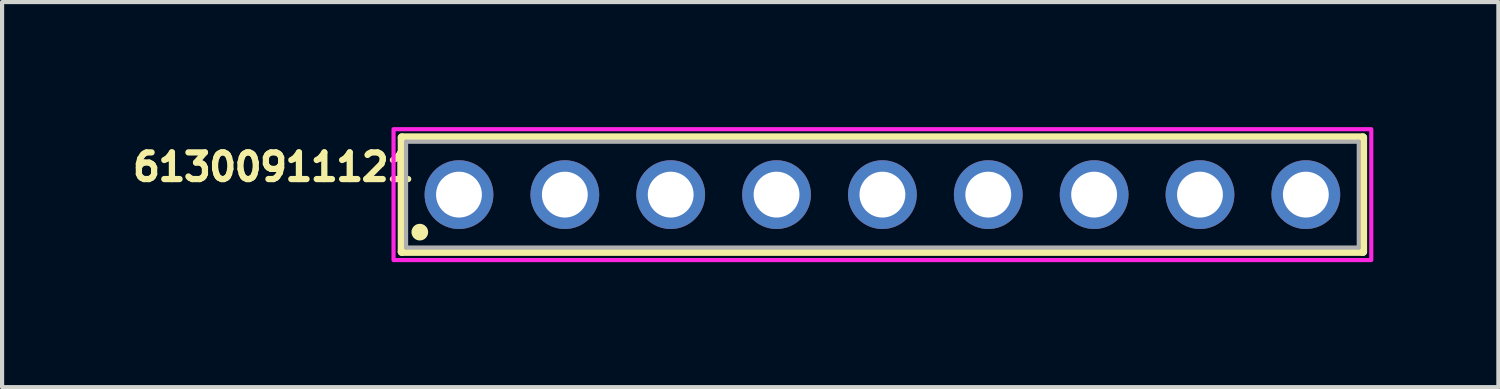
<source format=kicad_pcb>
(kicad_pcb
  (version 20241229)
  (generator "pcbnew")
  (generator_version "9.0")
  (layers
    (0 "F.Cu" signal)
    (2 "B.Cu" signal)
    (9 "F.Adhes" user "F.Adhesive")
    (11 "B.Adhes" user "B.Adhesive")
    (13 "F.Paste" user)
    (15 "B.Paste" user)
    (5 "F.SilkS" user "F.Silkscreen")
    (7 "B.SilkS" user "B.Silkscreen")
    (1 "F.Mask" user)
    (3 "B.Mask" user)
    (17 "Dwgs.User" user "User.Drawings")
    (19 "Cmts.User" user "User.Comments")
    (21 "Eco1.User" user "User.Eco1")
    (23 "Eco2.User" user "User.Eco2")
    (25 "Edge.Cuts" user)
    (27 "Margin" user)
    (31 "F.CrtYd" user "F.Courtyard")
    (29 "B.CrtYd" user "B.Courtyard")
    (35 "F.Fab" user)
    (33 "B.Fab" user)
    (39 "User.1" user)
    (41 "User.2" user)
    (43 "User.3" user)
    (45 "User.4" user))
  (footprint "61300911121"
    (layer "F.Cu")
    (at 18.123 1.62)
    (property "Reference" "61300911121" (at -14.61 -0.662 0) (layer "F.SilkS") (effects (font (size 0.64 0.64) (thickness 0.15))))
    (attr through_hole)
    (fp_line (start -11.53 -1.37) (end 11.53 -1.37) (stroke (width 0.2) (type solid)) (layer "F.SilkS"))
    (fp_line (start -11.53 1.37) (end -11.53 -1.37) (stroke (width 0.2) (type solid)) (layer "F.SilkS"))
    (fp_line (start 11.53 -1.37) (end 11.53 1.37) (stroke (width 0.2) (type solid)) (layer "F.SilkS"))
    (fp_line (start 11.53 1.37) (end -11.53 1.37) (stroke (width 0.2) (type solid)) (layer "F.SilkS"))
    (fp_circle (center -11.1 0.9) (end -11 0.9) (stroke (width 0.2) (type solid)) (fill no) (layer "F.SilkS"))
    (fp_poly (pts (xy -11.73 -1.57) (xy 11.73 -1.57) (xy 11.73 1.57) (xy -11.73 1.57)) (stroke (width 0.1) (type solid)) (fill no) (layer "F.CrtYd"))
    (fp_line (start -11.43 -1.27) (end -11.43 1.27) (stroke (width 0.1) (type solid)) (layer "F.Fab"))
    (fp_line (start -11.43 1.27) (end 11.43 1.27) (stroke (width 0.1) (type solid)) (layer "F.Fab"))
    (fp_line (start 11.43 -1.27) (end -11.43 -1.27) (stroke (width 0.1) (type solid)) (layer "F.Fab"))
    (fp_line (start 11.43 1.27) (end 11.43 -1.27) (stroke (width 0.1) (type solid)) (layer "F.Fab"))
    (pad "1" thru_hole circle (at -10.16 0) (size 1.65 1.65) (drill 1.1) (layers "*.Cu" "*.Mask"))
    (pad "2" thru_hole circle (at -7.62 0) (size 1.65 1.65) (drill 1.1) (layers "*.Cu" "*.Mask"))
    (pad "3" thru_hole circle (at -5.08 0) (size 1.65 1.65) (drill 1.1) (layers "*.Cu" "*.Mask"))
    (pad "4" thru_hole circle (at -2.54 0) (size 1.65 1.65) (drill 1.1) (layers "*.Cu" "*.Mask"))
    (pad "5" thru_hole circle (at 0 0) (size 1.65 1.65) (drill 1.1) (layers "*.Cu" "*.Mask"))
    (pad "6" thru_hole circle (at 2.54 0) (size 1.65 1.65) (drill 1.1) (layers "*.Cu" "*.Mask"))
    (pad "7" thru_hole circle (at 5.08 0) (size 1.65 1.65) (drill 1.1) (layers "*.Cu" "*.Mask"))
    (pad "8" thru_hole circle (at 7.62 0) (size 1.65 1.65) (drill 1.1) (layers "*.Cu" "*.Mask"))
    (pad "9" thru_hole circle (at 10.16 0) (size 1.65 1.65) (drill 1.1) (layers "*.Cu" "*.Mask")))
  (gr_rect
    (start -3 -3)
    (end 32.903 6.24)
    (stroke (width 0.1) (type default))
    (fill no)
    (layer "Edge.Cuts")))
</source>
